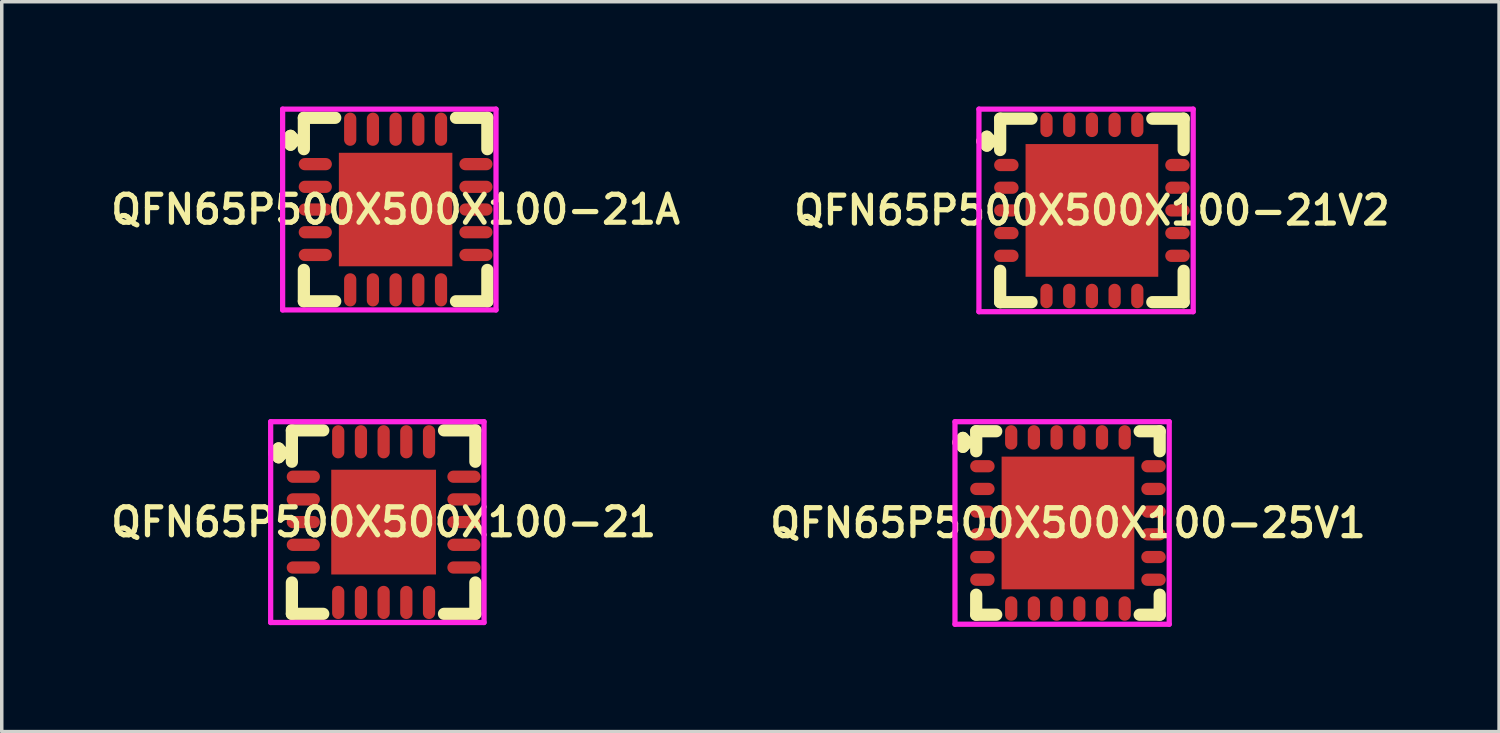
<source format=kicad_pcb>
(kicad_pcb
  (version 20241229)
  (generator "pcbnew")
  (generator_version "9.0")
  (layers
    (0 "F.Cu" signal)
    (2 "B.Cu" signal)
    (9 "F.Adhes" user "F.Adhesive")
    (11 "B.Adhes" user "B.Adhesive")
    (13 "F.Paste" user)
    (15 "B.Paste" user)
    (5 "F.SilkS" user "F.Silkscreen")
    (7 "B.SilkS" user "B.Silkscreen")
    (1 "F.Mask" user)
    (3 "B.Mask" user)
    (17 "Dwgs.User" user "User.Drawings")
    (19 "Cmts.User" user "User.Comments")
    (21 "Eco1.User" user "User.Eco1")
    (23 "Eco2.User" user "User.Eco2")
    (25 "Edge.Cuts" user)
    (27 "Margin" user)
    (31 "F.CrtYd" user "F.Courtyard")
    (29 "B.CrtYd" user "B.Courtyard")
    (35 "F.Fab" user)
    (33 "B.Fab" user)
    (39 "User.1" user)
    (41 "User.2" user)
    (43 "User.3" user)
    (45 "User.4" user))
  (footprint "QFN65P500X500X100-25V1"
    (layer "F.Cu")
    (at 27.53 11.925)
    (property "Reference" "QFN65P500X500X100-25V1" (at 0 0 0) (layer "F.SilkS") (effects (font (size 0.8 0.8) (thickness 0.15))))
    (attr smd)
    (fp_line (start -3.135 -2.308) (end -3.008 -2.435) (stroke (width 0.35) (type solid)) (layer "F.SilkS"))
    (fp_line (start -3.008 -2.435) (end -2.881 -2.308) (stroke (width 0.35) (type solid)) (layer "F.SilkS"))
    (fp_line (start -3.008 -2.181) (end -3.135 -2.308) (stroke (width 0.35) (type solid)) (layer "F.SilkS"))
    (fp_line (start -2.881 -2.308) (end -3.008 -2.181) (stroke (width 0.35) (type solid)) (layer "F.SilkS"))
    (fp_line (start -2.627 -2.627) (end -2.054 -2.627) (stroke (width 0.35) (type solid)) (layer "F.SilkS"))
    (fp_line (start -2.627 -2.054) (end -2.627 -2.627) (stroke (width 0.35) (type solid)) (layer "F.SilkS"))
    (fp_line (start -2.627 2.054) (end -2.627 2.627) (stroke (width 0.35) (type solid)) (layer "F.SilkS"))
    (fp_line (start -2.627 2.627) (end -2.054 2.627) (stroke (width 0.35) (type solid)) (layer "F.SilkS"))
    (fp_line (start 2.054 -2.627) (end 2.627 -2.627) (stroke (width 0.35) (type solid)) (layer "F.SilkS"))
    (fp_line (start 2.054 2.627) (end 2.627 2.627) (stroke (width 0.35) (type solid)) (layer "F.SilkS"))
    (fp_line (start 2.627 -2.627) (end 2.627 -2.054) (stroke (width 0.35) (type solid)) (layer "F.SilkS"))
    (fp_line (start 2.627 2.627) (end 2.627 2.054) (stroke (width 0.35) (type solid)) (layer "F.SilkS"))
    (fp_line (start -3.235 -2.9) (end 2.9 -2.9) (stroke (width 0.15) (type solid)) (layer "F.CrtYd"))
    (fp_line (start -3.235 2.9) (end -3.235 -2.9) (stroke (width 0.15) (type solid)) (layer "F.CrtYd"))
    (fp_line (start 2.9 -2.9) (end 2.9 2.9) (stroke (width 0.15) (type solid)) (layer "F.CrtYd"))
    (fp_line (start 2.9 2.9) (end -3.235 2.9) (stroke (width 0.15) (type solid)) (layer "F.CrtYd"))
    (pad "1" smd oval (at -2.45 -1.625) (size 0.7 0.35) (layers "F.Cu" "F.Mask" "F.Paste"))
    (pad "2" smd oval (at -2.45 -0.975) (size 0.7 0.35) (layers "F.Cu" "F.Mask" "F.Paste"))
    (pad "3" smd oval (at -2.45 -0.325) (size 0.7 0.35) (layers "F.Cu" "F.Mask" "F.Paste"))
    (pad "4" smd oval (at -2.45 0.325) (size 0.7 0.35) (layers "F.Cu" "F.Mask" "F.Paste"))
    (pad "5" smd oval (at -2.45 0.975) (size 0.7 0.35) (layers "F.Cu" "F.Mask" "F.Paste"))
    (pad "6" smd oval (at -2.45 1.625) (size 0.7 0.35) (layers "F.Cu" "F.Mask" "F.Paste"))
    (pad "7" smd oval (at -1.625 2.45) (size 0.35 0.7) (layers "F.Cu" "F.Mask" "F.Paste"))
    (pad "8" smd oval (at -0.975 2.45) (size 0.35 0.7) (layers "F.Cu" "F.Mask" "F.Paste"))
    (pad "9" smd oval (at -0.325 2.45) (size 0.35 0.7) (layers "F.Cu" "F.Mask" "F.Paste"))
    (pad "10" smd oval (at 0.325 2.45) (size 0.35 0.7) (layers "F.Cu" "F.Mask" "F.Paste"))
    (pad "11" smd oval (at 0.975 2.45) (size 0.35 0.7) (layers "F.Cu" "F.Mask" "F.Paste"))
    (pad "12" smd oval (at 1.625 2.45) (size 0.35 0.7) (layers "F.Cu" "F.Mask" "F.Paste"))
    (pad "13" smd oval (at 2.45 1.625) (size 0.7 0.35) (layers "F.Cu" "F.Mask" "F.Paste"))
    (pad "14" smd oval (at 2.45 0.975) (size 0.7 0.35) (layers "F.Cu" "F.Mask" "F.Paste"))
    (pad "15" smd oval (at 2.45 0.325) (size 0.7 0.35) (layers "F.Cu" "F.Mask" "F.Paste"))
    (pad "16" smd oval (at 2.45 -0.325) (size 0.7 0.35) (layers "F.Cu" "F.Mask" "F.Paste"))
    (pad "17" smd oval (at 2.45 -0.975) (size 0.7 0.35) (layers "F.Cu" "F.Mask" "F.Paste"))
    (pad "18" smd oval (at 2.45 -1.625) (size 0.7 0.35) (layers "F.Cu" "F.Mask" "F.Paste"))
    (pad "19" smd oval (at 1.625 -2.45) (size 0.35 0.7) (layers "F.Cu" "F.Mask" "F.Paste"))
    (pad "20" smd oval (at 0.975 -2.45) (size 0.35 0.7) (layers "F.Cu" "F.Mask" "F.Paste"))
    (pad "21" smd oval (at 0.325 -2.45) (size 0.35 0.7) (layers "F.Cu" "F.Mask" "F.Paste"))
    (pad "22" smd oval (at -0.325 -2.45) (size 0.35 0.7) (layers "F.Cu" "F.Mask" "F.Paste"))
    (pad "23" smd oval (at -0.975 -2.45) (size 0.35 0.7) (layers "F.Cu" "F.Mask" "F.Paste"))
    (pad "24" smd oval (at -1.625 -2.45) (size 0.35 0.7) (layers "F.Cu" "F.Mask" "F.Paste"))
    (pad "25" smd rect (at 0 0) (size 3.8 3.8) (layers "F.Cu" "F.Mask" "F.Paste")))
  (footprint "QFN65P500X500X100-21A"
    (layer "F.Cu")
    (at 8.278 2.95)
    (property "Reference" "QFN65P500X500X100-21A" (at 0 0 0) (layer "F.SilkS") (effects (font (size 0.8 0.8) (thickness 0.15))))
    (attr through_hole)
    (fp_line (start -3.135 -1.983) (end -3.008 -2.11) (stroke (width 0.35) (type solid)) (layer "F.SilkS"))
    (fp_line (start -3.008 -2.11) (end -2.881 -1.983) (stroke (width 0.35) (type solid)) (layer "F.SilkS"))
    (fp_line (start -3.008 -1.856) (end -3.135 -1.983) (stroke (width 0.35) (type solid)) (layer "F.SilkS"))
    (fp_line (start -2.881 -1.983) (end -3.008 -1.856) (stroke (width 0.35) (type solid)) (layer "F.SilkS"))
    (fp_line (start -2.627 -2.627) (end -1.729 -2.627) (stroke (width 0.35) (type solid)) (layer "F.SilkS"))
    (fp_line (start -2.627 -1.729) (end -2.627 -2.627) (stroke (width 0.35) (type solid)) (layer "F.SilkS"))
    (fp_line (start -2.627 1.729) (end -2.627 2.627) (stroke (width 0.35) (type solid)) (layer "F.SilkS"))
    (fp_line (start -2.627 2.627) (end -1.729 2.627) (stroke (width 0.35) (type solid)) (layer "F.SilkS"))
    (fp_line (start 1.729 -2.627) (end 2.627 -2.627) (stroke (width 0.35) (type solid)) (layer "F.SilkS"))
    (fp_line (start 1.729 2.627) (end 2.627 2.627) (stroke (width 0.35) (type solid)) (layer "F.SilkS"))
    (fp_line (start 2.627 -2.627) (end 2.627 -1.729) (stroke (width 0.35) (type solid)) (layer "F.SilkS"))
    (fp_line (start 2.627 2.627) (end 2.627 1.729) (stroke (width 0.35) (type solid)) (layer "F.SilkS"))
    (fp_line (start -3.235 -2.875) (end 2.875 -2.875) (stroke (width 0.15) (type solid)) (layer "F.CrtYd"))
    (fp_line (start -3.235 2.875) (end -3.235 -2.875) (stroke (width 0.15) (type solid)) (layer "F.CrtYd"))
    (fp_line (start 2.875 -2.875) (end 2.875 2.875) (stroke (width 0.15) (type solid)) (layer "F.CrtYd"))
    (fp_line (start 2.875 2.875) (end -3.235 2.875) (stroke (width 0.15) (type solid)) (layer "F.CrtYd"))
    (pad "1" smd oval (at -2.3 -1.3) (size 0.95 0.35) (layers "F.Cu" "F.Mask" "F.Paste"))
    (pad "2" smd oval (at -2.3 -0.65) (size 0.95 0.35) (layers "F.Cu" "F.Mask" "F.Paste"))
    (pad "3" smd oval (at -2.3 0) (size 0.95 0.35) (layers "F.Cu" "F.Mask" "F.Paste"))
    (pad "4" smd oval (at -2.3 0.65) (size 0.95 0.35) (layers "F.Cu" "F.Mask" "F.Paste"))
    (pad "5" smd oval (at -2.3 1.3) (size 0.95 0.35) (layers "F.Cu" "F.Mask" "F.Paste"))
    (pad "6" smd oval (at -1.3 2.3) (size 0.35 0.95) (layers "F.Cu" "F.Mask" "F.Paste"))
    (pad "7" smd oval (at -0.65 2.3) (size 0.35 0.95) (layers "F.Cu" "F.Mask" "F.Paste"))
    (pad "8" smd oval (at 0 2.3) (size 0.35 0.95) (layers "F.Cu" "F.Mask" "F.Paste"))
    (pad "9" smd oval (at 0.65 2.3) (size 0.35 0.95) (layers "F.Cu" "F.Mask" "F.Paste"))
    (pad "10" smd oval (at 1.3 2.3) (size 0.35 0.95) (layers "F.Cu" "F.Mask" "F.Paste"))
    (pad "11" smd oval (at 2.3 1.3) (size 0.95 0.35) (layers "F.Cu" "F.Mask" "F.Paste"))
    (pad "12" smd oval (at 2.3 0.65) (size 0.95 0.35) (layers "F.Cu" "F.Mask" "F.Paste"))
    (pad "13" smd oval (at 2.3 0) (size 0.95 0.35) (layers "F.Cu" "F.Mask" "F.Paste"))
    (pad "14" smd oval (at 2.3 -0.65) (size 0.95 0.35) (layers "F.Cu" "F.Mask" "F.Paste"))
    (pad "15" smd oval (at 2.3 -1.3) (size 0.95 0.35) (layers "F.Cu" "F.Mask" "F.Paste"))
    (pad "16" smd oval (at 1.3 -2.3) (size 0.35 0.95) (layers "F.Cu" "F.Mask" "F.Paste"))
    (pad "17" smd oval (at 0.65 -2.3) (size 0.35 0.95) (layers "F.Cu" "F.Mask" "F.Paste"))
    (pad "18" smd oval (at 0 -2.3) (size 0.35 0.95) (layers "F.Cu" "F.Mask" "F.Paste"))
    (pad "19" smd oval (at -0.65 -2.3) (size 0.35 0.95) (layers "F.Cu" "F.Mask" "F.Paste"))
    (pad "20" smd oval (at -1.3 -2.3) (size 0.35 0.95) (layers "F.Cu" "F.Mask" "F.Paste"))
    (pad "21" smd rect (at 0 0) (size 3.25 3.25) (layers "F.Cu" "F.Mask" "F.Paste")))
  (footprint "QFN65P500X500X100-21"
    (layer "F.Cu")
    (at 7.935 11.9)
    (property "Reference" "QFN65P500X500X100-21" (at 0 0 0) (layer "F.SilkS") (effects (font (size 0.8 0.8) (thickness 0.15))))
    (attr smd)
    (fp_line (start -3.135 -1.983) (end -3.008 -2.11) (stroke (width 0.35) (type solid)) (layer "F.SilkS"))
    (fp_line (start -3.008 -2.11) (end -2.881 -1.983) (stroke (width 0.35) (type solid)) (layer "F.SilkS"))
    (fp_line (start -3.008 -1.856) (end -3.135 -1.983) (stroke (width 0.35) (type solid)) (layer "F.SilkS"))
    (fp_line (start -2.881 -1.983) (end -3.008 -1.856) (stroke (width 0.35) (type solid)) (layer "F.SilkS"))
    (fp_line (start -2.627 -2.627) (end -1.729 -2.627) (stroke (width 0.35) (type solid)) (layer "F.SilkS"))
    (fp_line (start -2.627 -1.729) (end -2.627 -2.627) (stroke (width 0.35) (type solid)) (layer "F.SilkS"))
    (fp_line (start -2.627 1.729) (end -2.627 2.627) (stroke (width 0.35) (type solid)) (layer "F.SilkS"))
    (fp_line (start -2.627 2.627) (end -1.729 2.627) (stroke (width 0.35) (type solid)) (layer "F.SilkS"))
    (fp_line (start 1.729 -2.627) (end 2.627 -2.627) (stroke (width 0.35) (type solid)) (layer "F.SilkS"))
    (fp_line (start 1.729 2.627) (end 2.627 2.627) (stroke (width 0.35) (type solid)) (layer "F.SilkS"))
    (fp_line (start 2.627 -2.627) (end 2.627 -1.729) (stroke (width 0.35) (type solid)) (layer "F.SilkS"))
    (fp_line (start 2.627 2.627) (end 2.627 1.729) (stroke (width 0.35) (type solid)) (layer "F.SilkS"))
    (fp_line (start -3.235 -2.875) (end 2.875 -2.875) (stroke (width 0.15) (type solid)) (layer "F.CrtYd"))
    (fp_line (start -3.235 2.875) (end -3.235 -2.875) (stroke (width 0.15) (type solid)) (layer "F.CrtYd"))
    (fp_line (start 2.875 -2.875) (end 2.875 2.875) (stroke (width 0.15) (type solid)) (layer "F.CrtYd"))
    (fp_line (start 2.875 2.875) (end -3.235 2.875) (stroke (width 0.15) (type solid)) (layer "F.CrtYd"))
    (pad "1" smd oval (at -2.3 -1.3) (size 0.95 0.35) (layers "F.Cu" "F.Mask" "F.Paste"))
    (pad "2" smd oval (at -2.3 -0.65) (size 0.95 0.35) (layers "F.Cu" "F.Mask" "F.Paste"))
    (pad "3" smd oval (at -2.3 0) (size 0.95 0.35) (layers "F.Cu" "F.Mask" "F.Paste"))
    (pad "4" smd oval (at -2.3 0.65) (size 0.95 0.35) (layers "F.Cu" "F.Mask" "F.Paste"))
    (pad "5" smd oval (at -2.3 1.3) (size 0.95 0.35) (layers "F.Cu" "F.Mask" "F.Paste"))
    (pad "6" smd oval (at -1.3 2.3) (size 0.35 0.95) (layers "F.Cu" "F.Mask" "F.Paste"))
    (pad "7" smd oval (at -0.65 2.3) (size 0.35 0.95) (layers "F.Cu" "F.Mask" "F.Paste"))
    (pad "8" smd oval (at 0 2.3) (size 0.35 0.95) (layers "F.Cu" "F.Mask" "F.Paste"))
    (pad "9" smd oval (at 0.65 2.3) (size 0.35 0.95) (layers "F.Cu" "F.Mask" "F.Paste"))
    (pad "10" smd oval (at 1.3 2.3) (size 0.35 0.95) (layers "F.Cu" "F.Mask" "F.Paste"))
    (pad "11" smd oval (at 2.3 1.3) (size 0.95 0.35) (layers "F.Cu" "F.Mask" "F.Paste"))
    (pad "12" smd oval (at 2.3 0.65) (size 0.95 0.35) (layers "F.Cu" "F.Mask" "F.Paste"))
    (pad "13" smd oval (at 2.3 0) (size 0.95 0.35) (layers "F.Cu" "F.Mask" "F.Paste"))
    (pad "14" smd oval (at 2.3 -0.65) (size 0.95 0.35) (layers "F.Cu" "F.Mask" "F.Paste"))
    (pad "15" smd oval (at 2.3 -1.3) (size 0.95 0.35) (layers "F.Cu" "F.Mask" "F.Paste"))
    (pad "16" smd oval (at 1.3 -2.3) (size 0.35 0.95) (layers "F.Cu" "F.Mask" "F.Paste"))
    (pad "17" smd oval (at 0.65 -2.3) (size 0.35 0.95) (layers "F.Cu" "F.Mask" "F.Paste"))
    (pad "18" smd oval (at 0 -2.3) (size 0.35 0.95) (layers "F.Cu" "F.Mask" "F.Paste"))
    (pad "19" smd oval (at -0.65 -2.3) (size 0.35 0.95) (layers "F.Cu" "F.Mask" "F.Paste"))
    (pad "20" smd oval (at -1.3 -2.3) (size 0.35 0.95) (layers "F.Cu" "F.Mask" "F.Paste"))
    (pad "21" smd rect (at 0 0) (size 3 3) (layers "F.Cu" "F.Mask" "F.Paste")))
  (footprint "QFN65P500X500X100-21V2"
    (layer "F.Cu")
    (at 28.216 2.975)
    (property "Reference" "QFN65P500X500X100-21V2" (at 0 0 0) (layer "F.SilkS") (effects (font (size 0.8 0.8) (thickness 0.15))))
    (attr through_hole)
    (fp_line (start -3.135 -1.983) (end -3.008 -2.11) (stroke (width 0.35) (type solid)) (layer "F.SilkS"))
    (fp_line (start -3.008 -2.11) (end -2.881 -1.983) (stroke (width 0.35) (type solid)) (layer "F.SilkS"))
    (fp_line (start -3.008 -1.856) (end -3.135 -1.983) (stroke (width 0.35) (type solid)) (layer "F.SilkS"))
    (fp_line (start -2.881 -1.983) (end -3.008 -1.856) (stroke (width 0.35) (type solid)) (layer "F.SilkS"))
    (fp_line (start -2.627 -2.627) (end -1.729 -2.627) (stroke (width 0.35) (type solid)) (layer "F.SilkS"))
    (fp_line (start -2.627 -1.729) (end -2.627 -2.627) (stroke (width 0.35) (type solid)) (layer "F.SilkS"))
    (fp_line (start -2.627 1.729) (end -2.627 2.627) (stroke (width 0.35) (type solid)) (layer "F.SilkS"))
    (fp_line (start -2.627 2.627) (end -1.729 2.627) (stroke (width 0.35) (type solid)) (layer "F.SilkS"))
    (fp_line (start 1.729 -2.627) (end 2.627 -2.627) (stroke (width 0.35) (type solid)) (layer "F.SilkS"))
    (fp_line (start 1.729 2.627) (end 2.627 2.627) (stroke (width 0.35) (type solid)) (layer "F.SilkS"))
    (fp_line (start 2.627 -2.627) (end 2.627 -1.729) (stroke (width 0.35) (type solid)) (layer "F.SilkS"))
    (fp_line (start 2.627 2.627) (end 2.627 1.729) (stroke (width 0.35) (type solid)) (layer "F.SilkS"))
    (fp_line (start -3.235 -2.9) (end 2.9 -2.9) (stroke (width 0.15) (type solid)) (layer "F.CrtYd"))
    (fp_line (start -3.235 2.9) (end -3.235 -2.9) (stroke (width 0.15) (type solid)) (layer "F.CrtYd"))
    (fp_line (start 2.9 -2.9) (end 2.9 2.9) (stroke (width 0.15) (type solid)) (layer "F.CrtYd"))
    (fp_line (start 2.9 2.9) (end -3.235 2.9) (stroke (width 0.15) (type solid)) (layer "F.CrtYd"))
    (pad "1" smd oval (at -2.45 -1.3) (size 0.7 0.35) (layers "F.Cu" "F.Mask" "F.Paste"))
    (pad "2" smd oval (at -2.45 -0.65) (size 0.7 0.35) (layers "F.Cu" "F.Mask" "F.Paste"))
    (pad "3" smd oval (at -2.45 0) (size 0.7 0.35) (layers "F.Cu" "F.Mask" "F.Paste"))
    (pad "4" smd oval (at -2.45 0.65) (size 0.7 0.35) (layers "F.Cu" "F.Mask" "F.Paste"))
    (pad "5" smd oval (at -2.45 1.3) (size 0.7 0.35) (layers "F.Cu" "F.Mask" "F.Paste"))
    (pad "6" smd oval (at -1.3 2.45) (size 0.35 0.7) (layers "F.Cu" "F.Mask" "F.Paste"))
    (pad "7" smd oval (at -0.65 2.45) (size 0.35 0.7) (layers "F.Cu" "F.Mask" "F.Paste"))
    (pad "8" smd oval (at 0 2.45) (size 0.35 0.7) (layers "F.Cu" "F.Mask" "F.Paste"))
    (pad "9" smd oval (at 0.65 2.45) (size 0.35 0.7) (layers "F.Cu" "F.Mask" "F.Paste"))
    (pad "10" smd oval (at 1.3 2.45) (size 0.35 0.7) (layers "F.Cu" "F.Mask" "F.Paste"))
    (pad "11" smd oval (at 2.45 1.3) (size 0.7 0.35) (layers "F.Cu" "F.Mask" "F.Paste"))
    (pad "12" smd oval (at 2.45 0.65) (size 0.7 0.35) (layers "F.Cu" "F.Mask" "F.Paste"))
    (pad "13" smd oval (at 2.45 0) (size 0.7 0.35) (layers "F.Cu" "F.Mask" "F.Paste"))
    (pad "14" smd oval (at 2.45 -0.65) (size 0.7 0.35) (layers "F.Cu" "F.Mask" "F.Paste"))
    (pad "15" smd oval (at 2.45 -1.3) (size 0.7 0.35) (layers "F.Cu" "F.Mask" "F.Paste"))
    (pad "16" smd oval (at 1.3 -2.45) (size 0.35 0.7) (layers "F.Cu" "F.Mask" "F.Paste"))
    (pad "17" smd oval (at 0.65 -2.45) (size 0.35 0.7) (layers "F.Cu" "F.Mask" "F.Paste"))
    (pad "18" smd oval (at 0 -2.45) (size 0.35 0.7) (layers "F.Cu" "F.Mask" "F.Paste"))
    (pad "19" smd oval (at -0.65 -2.45) (size 0.35 0.7) (layers "F.Cu" "F.Mask" "F.Paste"))
    (pad "20" smd oval (at -1.3 -2.45) (size 0.35 0.7) (layers "F.Cu" "F.Mask" "F.Paste"))
    (pad "21" smd rect (at 0 0) (size 3.8 3.8) (layers "F.Cu" "F.Mask" "F.Paste")))
  (gr_rect
    (start -3 -3)
    (end 39.875 17.9)
    (stroke (width 0.1) (type default))
    (fill no)
    (layer "Edge.Cuts")))
</source>
